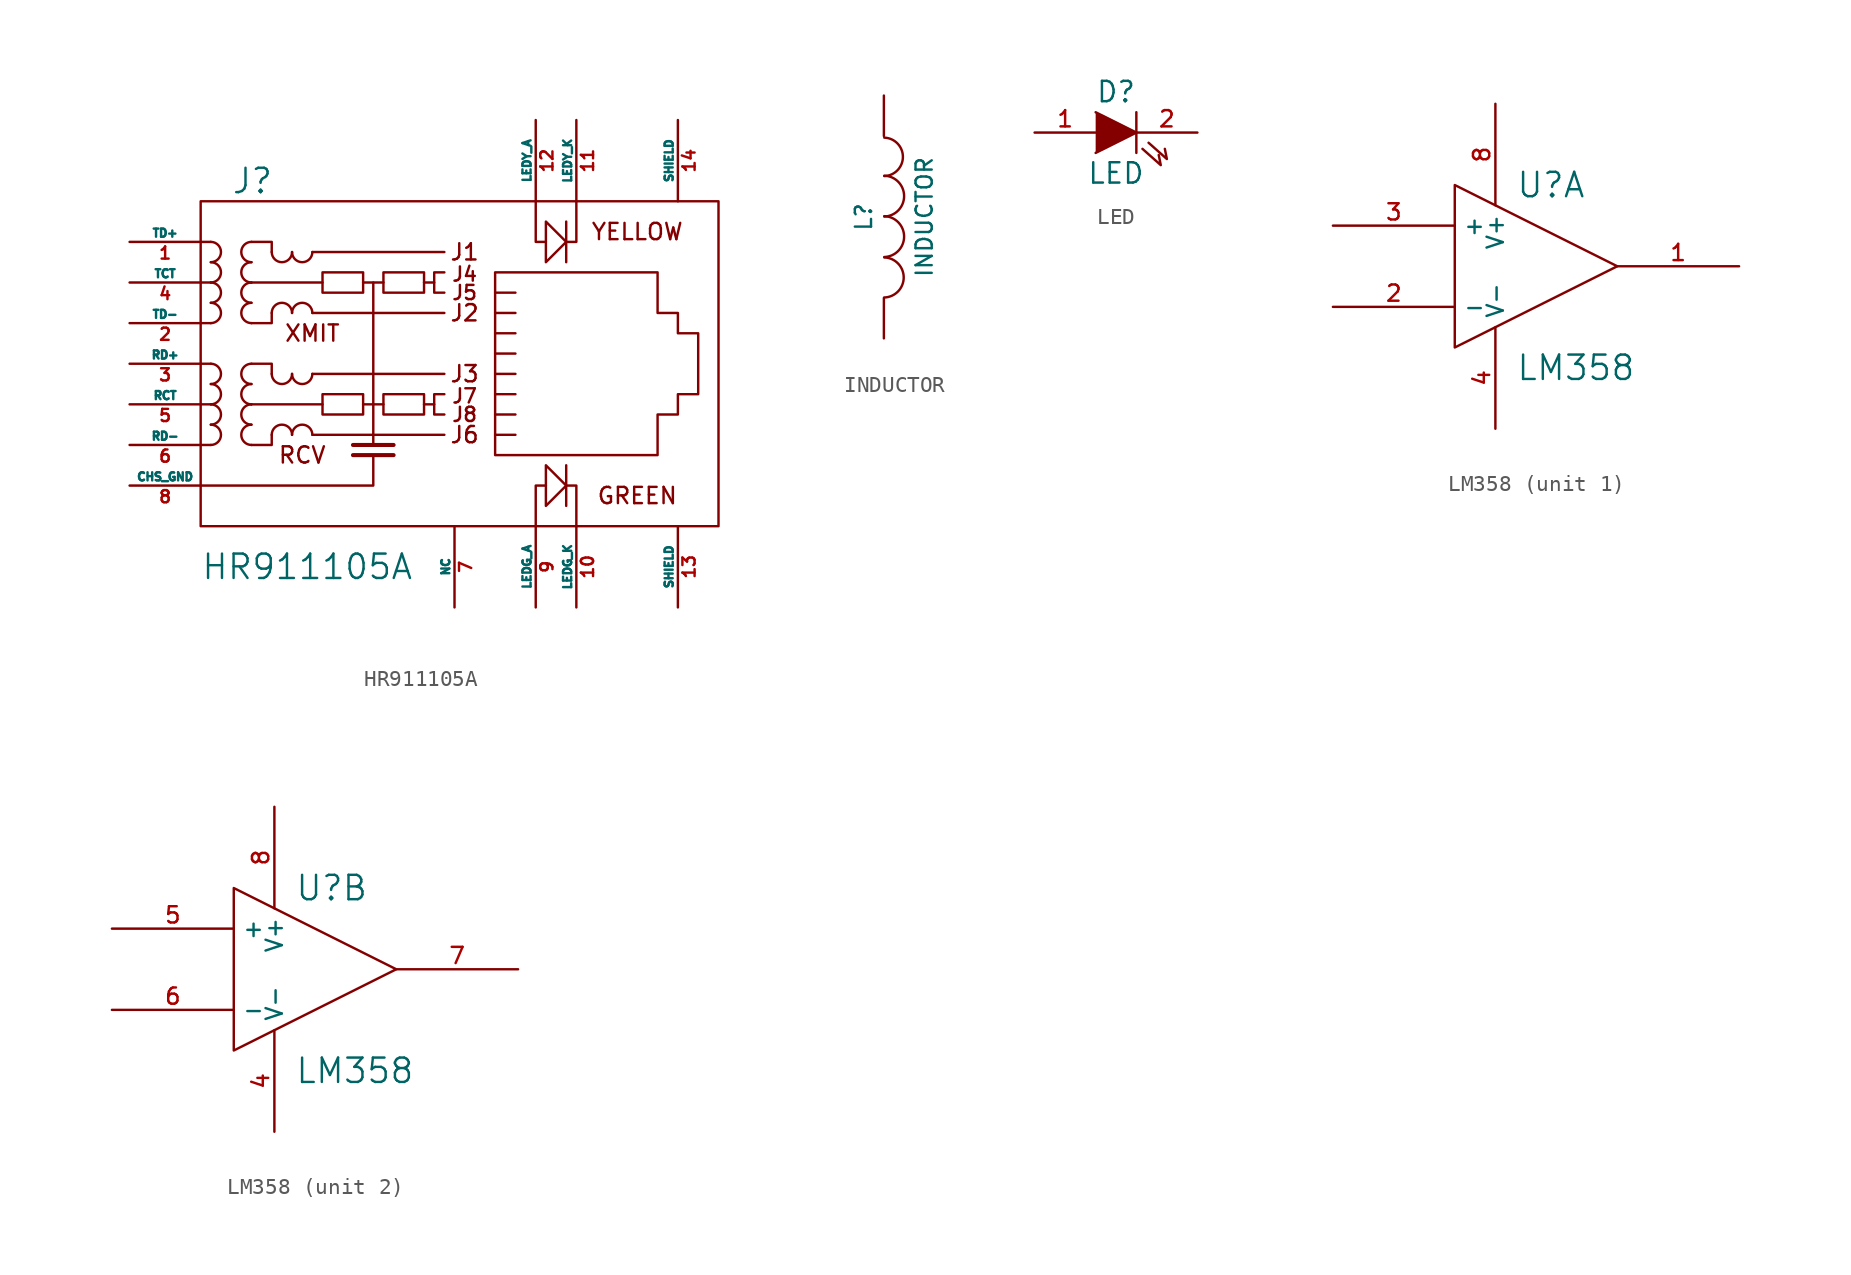
<source format=kicad_sym>
(kicad_symbol_lib
  (version 20231120)
  (generator "kicad_symbol_editor")
  (generator_version "8.0")
  (symbol "HR911105A"
    (pin_names
      (offset 0))
    (property "Reference" "J"
      (at -12.7 10.16 0)
      (effects (font (size 1.524 1.524)) (justify left)))
    (property "Value" "HR911105A"
      (at -1.27 -13.97 0)
      (effects (font (size 1.524 1.524)) (justify right)))
    (property "Footprint" ""
      (at 12.7 -1.27 90)
      (effects (font (size 1.524 1.524))))
    (property "Datasheet" ""
      (at 12.7 -1.27 90)
      (effects (font (size 1.524 1.524))))
    (symbol "HR911105A_0_0"
      (polyline (pts (xy -3.81 -3.81) (xy -3.81 -6.35) (xy -3.81 -6.35)) (stroke (width 0) (type solid)) (fill (type none)))
      (polyline (pts (xy -3.81 3.81) (xy -3.81 -3.81) (xy -3.81 -3.81)) (stroke (width 0) (type solid)) (fill (type none)))
      (polyline (pts (xy -2.54 -6.985) (xy -5.08 -6.985) (xy -5.08 -6.985)) (stroke (width 0.254) (type solid)) (fill (type none)))
      (polyline (pts (xy 0 -3.81) (xy -0.635 -3.81) (xy -0.635 -3.81)) (stroke (width 0) (type solid)) (fill (type none)))
      (polyline (pts (xy 0 3.81) (xy -0.635 3.81) (xy -0.635 3.81)) (stroke (width 0) (type solid)) (fill (type none)))
      (polyline (pts (xy 8.255 -7.62) (xy 8.255 -10.16) (xy 8.255 -10.16)) (stroke (width 0) (type solid)) (fill (type none)))
      (polyline (pts (xy 8.255 5.08) (xy 8.255 7.62) (xy 8.255 7.62)) (stroke (width 0) (type solid)) (fill (type none)))
      (polyline (pts (xy -3.81 -6.985) (xy -3.81 -8.89) (xy -14.605 -8.89) (xy -13.335 -8.89)) (stroke (width 0) (type solid)) (fill (type none)))
      (polyline (pts (xy -2.54 -6.35) (xy -4.445 -6.35) (xy -5.08 -6.35) (xy -5.08 -6.35)) (stroke (width 0.254) (type solid)) (fill (type none)))
      (polyline (pts (xy 6.35 -11.43) (xy 6.35 -8.89) (xy 6.985 -8.89) (xy 6.985 -8.89)) (stroke (width 0) (type solid)) (fill (type none)))
      (polyline (pts (xy 6.35 8.89) (xy 6.35 6.35) (xy 6.985 6.35) (xy 6.985 6.35)) (stroke (width 0) (type solid)) (fill (type none)))
      (polyline (pts (xy 8.89 8.89) (xy 8.89 6.35) (xy 8.255 6.35) (xy 8.255 6.35)) (stroke (width 0) (type solid)) (fill (type none)))
      (polyline (pts (xy 0.635 -3.175) (xy 0 -3.175) (xy 0 -4.445) (xy 0.635 -4.445) (xy 0.635 -4.445)) (stroke (width 0) (type solid)) (fill (type none)))
      (polyline (pts (xy 0.635 4.445) (xy 0 4.445) (xy 0 3.175) (xy 0.635 3.175) (xy 0.635 3.175)) (stroke (width 0) (type solid)) (fill (type none)))
      (polyline (pts (xy 6.985 -10.16) (xy 6.985 -7.62) (xy 8.255 -8.89) (xy 6.985 -10.16) (xy 6.985 -10.16)) (stroke (width 0) (type solid)) (fill (type none)))
      (polyline (pts (xy 6.985 5.08) (xy 6.985 7.62) (xy 8.255 6.35) (xy 6.985 5.08) (xy 6.985 5.08)) (stroke (width 0) (type solid)) (fill (type none)))
      (text "J1" (at 1.905 5.715 0) (effects (font (size 1.016 1.016))))
      (text "J2" (at 1.905 1.905 0) (effects (font (size 1.016 1.016))))
      (text "J3" (at 1.905 -1.905 0) (effects (font (size 1.016 1.016))))
      (text "J4" (at 1.905 3.81 0) (effects (font (size 0.889 0.889)) (justify bottom)))
      (text "J5" (at 1.905 3.175 0) (effects (font (size 0.889 0.889))))
      (text "J6" (at 1.905 -5.715 0) (effects (font (size 1.016 1.016))))
      (text "J7" (at 1.905 -3.81 0) (effects (font (size 0.889 0.889)) (justify bottom)))
      (text "J8" (at 1.905 -4.445 0) (effects (font (size 0.889 0.889))))
      (text "RCV" (at -8.255 -6.985 0) (effects (font (size 1.016 1.016))))
      (text "XMIT" (at -7.62 0.635 0) (effects (font (size 1.016 1.016)))))
    (symbol "HR911105A_0_1"
      (rectangle (start -14.605 -11.43) (end 17.78 8.89) (stroke (width 0) (type solid)) (fill (type none)))
      (arc (start -13.97 -6.35) (mid -13.335 -5.715) (end -13.97 -5.08) (stroke (width 0) (type solid)) (fill (type none)))
      (arc (start -13.97 -5.08) (mid -13.335 -4.445) (end -13.97 -3.81) (stroke (width 0) (type solid)) (fill (type none)))
      (arc (start -13.97 -3.81) (mid -13.335 -3.175) (end -13.97 -2.54) (stroke (width 0) (type solid)) (fill (type none)))
      (arc (start -13.97 -2.54) (mid -13.335 -1.905) (end -13.97 -1.27) (stroke (width 0) (type solid)) (fill (type none)))
      (arc (start -13.97 1.27) (mid -13.335 1.905) (end -13.97 2.54) (stroke (width 0) (type solid)) (fill (type none)))
      (arc (start -13.97 2.54) (mid -13.335 3.175) (end -13.97 3.81) (stroke (width 0) (type solid)) (fill (type none)))
      (arc (start -13.97 3.81) (mid -13.335 4.445) (end -13.97 5.08) (stroke (width 0) (type solid)) (fill (type none)))
      (arc (start -13.97 5.08) (mid -13.335 5.715) (end -13.97 6.35) (stroke (width 0) (type solid)) (fill (type none)))
      (arc (start -11.43 -5.08) (mid -12.065 -5.715) (end -11.43 -6.35) (stroke (width 0) (type solid)) (fill (type none)))
      (arc (start -11.43 -3.81) (mid -12.065 -4.445) (end -11.43 -5.08) (stroke (width 0) (type solid)) (fill (type none)))
      (arc (start -11.43 -2.54) (mid -12.065 -3.175) (end -11.43 -3.81) (stroke (width 0) (type solid)) (fill (type none)))
      (arc (start -11.43 -1.27) (mid -12.065 -1.905) (end -11.43 -2.54) (stroke (width 0) (type solid)) (fill (type none)))
      (arc (start -11.43 2.54) (mid -12.065 1.905) (end -11.43 1.27) (stroke (width 0) (type solid)) (fill (type none)))
      (arc (start -11.43 3.81) (mid -12.065 3.175) (end -11.43 2.54) (stroke (width 0) (type solid)) (fill (type none)))
      (arc (start -11.43 5.08) (mid -12.065 4.445) (end -11.43 3.81) (stroke (width 0) (type solid)) (fill (type none)))
      (arc (start -11.43 6.35) (mid -12.065 5.715) (end -11.43 5.08) (stroke (width 0) (type solid)) (fill (type none)))
      (arc (start -10.16 -1.905) (mid -9.525 -2.54) (end -8.89 -1.905) (stroke (width 0) (type solid)) (fill (type none)))
      (arc (start -10.16 5.715) (mid -9.525 5.08) (end -8.89 5.715) (stroke (width 0) (type solid)) (fill (type none)))
      (arc (start -8.89 -5.715) (mid -9.525 -5.08) (end -10.16 -5.715) (stroke (width 0) (type solid)) (fill (type none)))
      (arc (start -8.89 -1.905) (mid -8.255 -2.54) (end -7.62 -1.905) (stroke (width 0) (type solid)) (fill (type none)))
      (arc (start -8.89 1.905) (mid -9.525 2.54) (end -10.16 1.905) (stroke (width 0) (type solid)) (fill (type none)))
      (arc (start -8.89 5.715) (mid -8.255 5.08) (end -7.62 5.715) (stroke (width 0) (type solid)) (fill (type none)))
      (arc (start -7.62 -5.715) (mid -8.255 -5.08) (end -8.89 -5.715) (stroke (width 0) (type solid)) (fill (type none)))
      (arc (start -7.62 1.905) (mid -8.255 2.54) (end -8.89 1.905) (stroke (width 0) (type solid)) (fill (type none)))
      (rectangle (start -6.985 -3.175) (end -4.445 -4.445) (stroke (width 0) (type solid)) (fill (type none)))
      (rectangle (start -6.985 4.445) (end -4.445 3.175) (stroke (width 0) (type solid)) (fill (type none)))
      (rectangle (start -3.175 -3.175) (end -0.635 -4.445) (stroke (width 0) (type solid)) (fill (type none)))
      (rectangle (start -3.175 4.445) (end -0.635 3.175) (stroke (width 0) (type solid)) (fill (type none)))
      (polyline (pts (xy -13.97 -6.35) (xy -14.605 -6.35) (xy -14.605 -6.35)) (stroke (width 0) (type solid)) (fill (type none)))
      (polyline (pts (xy -13.97 -3.81) (xy -14.605 -3.81) (xy -14.605 -3.81)) (stroke (width 0) (type solid)) (fill (type none)))
      (polyline (pts (xy -13.97 -1.27) (xy -14.605 -1.27) (xy -14.605 -1.27)) (stroke (width 0) (type solid)) (fill (type none)))
      (polyline (pts (xy -13.97 1.27) (xy -14.605 1.27) (xy -14.605 1.27)) (stroke (width 0) (type solid)) (fill (type none)))
      (polyline (pts (xy -13.97 3.81) (xy -14.605 3.81) (xy -14.605 3.81)) (stroke (width 0) (type solid)) (fill (type none)))
      (polyline (pts (xy -7.62 -5.715) (xy 0.635 -5.715) (xy 0.635 -5.715)) (stroke (width 0) (type solid)) (fill (type none)))
      (polyline (pts (xy -7.62 -1.905) (xy 0.635 -1.905) (xy 0.635 -1.905)) (stroke (width 0) (type solid)) (fill (type none)))
      (polyline (pts (xy -7.62 1.905) (xy 0.635 1.905) (xy 0.635 1.905)) (stroke (width 0) (type solid)) (fill (type none)))
      (polyline (pts (xy -7.62 5.715) (xy 0.635 5.715) (xy 0.635 5.715)) (stroke (width 0) (type solid)) (fill (type none)))
      (polyline (pts (xy -4.445 -3.81) (xy -3.175 -3.81) (xy -3.175 -3.81)) (stroke (width 0) (type solid)) (fill (type none)))
      (polyline (pts (xy -4.445 3.81) (xy -3.175 3.81) (xy -3.175 3.81)) (stroke (width 0) (type solid)) (fill (type none)))
      (polyline (pts (xy 3.81 -4.445) (xy 5.08 -4.445) (xy 5.08 -4.445)) (stroke (width 0) (type solid)) (fill (type none)))
      (polyline (pts (xy 3.81 -3.175) (xy 5.08 -3.175) (xy 5.08 -3.175)) (stroke (width 0) (type solid)) (fill (type none)))
      (polyline (pts (xy 3.81 -1.905) (xy 5.08 -1.905) (xy 5.08 -1.905)) (stroke (width 0) (type solid)) (fill (type none)))
      (polyline (pts (xy 3.81 -0.635) (xy 5.08 -0.635) (xy 5.08 -0.635)) (stroke (width 0) (type solid)) (fill (type none)))
      (polyline (pts (xy 3.81 0.635) (xy 5.08 0.635) (xy 5.08 0.635)) (stroke (width 0) (type solid)) (fill (type none)))
      (polyline (pts (xy 5.08 -5.715) (xy 3.81 -5.715) (xy 3.81 -5.715)) (stroke (width 0) (type solid)) (fill (type none)))
      (polyline (pts (xy 5.08 1.905) (xy 3.81 1.905) (xy 3.81 1.905)) (stroke (width 0) (type solid)) (fill (type none)))
      (polyline (pts (xy 5.08 3.175) (xy 3.81 3.175) (xy 3.81 3.175)) (stroke (width 0) (type solid)) (fill (type none)))
      (polyline (pts (xy 8.255 -8.89) (xy 8.89 -8.89) (xy 8.89 -11.43)) (stroke (width 0) (type solid)) (fill (type none)))
      (polyline (pts (xy -13.97 6.35) (xy -14.605 6.35) (xy -14.605 6.35) (xy -14.605 6.35)) (stroke (width 0) (type solid)) (fill (type none)))
      (polyline (pts (xy -10.16 -5.715) (xy -10.16 -6.35) (xy -11.43 -6.35) (xy -11.43 -6.35)) (stroke (width 0) (type solid)) (fill (type none)))
      (polyline (pts (xy -10.16 1.905) (xy -10.16 1.27) (xy -11.43 1.27) (xy -11.43 1.27)) (stroke (width 0) (type solid)) (fill (type none)))
      (polyline (pts (xy -6.985 -3.81) (xy -11.43 -3.81) (xy -11.43 -3.81) (xy -11.43 -3.81)) (stroke (width 0) (type solid)) (fill (type none)))
      (polyline (pts (xy -6.985 3.81) (xy -11.43 3.81) (xy -11.43 3.81) (xy -11.43 3.81)) (stroke (width 0) (type solid)) (fill (type none)))
      (polyline (pts (xy -11.43 -1.27) (xy -10.16 -1.27) (xy -10.16 -1.905) (xy -10.16 -1.905) (xy -10.16 -1.905) (xy -10.16 -1.905)) (stroke (width 0) (type solid)) (fill (type none)))
      (polyline (pts (xy -11.43 6.35) (xy -10.16 6.35) (xy -10.16 5.715) (xy -10.16 5.715) (xy -10.16 5.715) (xy -10.16 5.715)) (stroke (width 0) (type solid)) (fill (type none)))
      (polyline (pts (xy 3.81 -6.985) (xy 3.81 4.445) (xy 13.97 4.445) (xy 13.97 1.905) (xy 15.24 1.905) (xy 15.24 0.635) (xy 16.51 0.635) (xy 16.51 -3.175) (xy 15.24 -3.175) (xy 15.24 -4.445) (xy 13.97 -4.445) (xy 13.97 -6.985) (xy 3.81 -6.985) (xy 3.81 -6.985)) (stroke (width 0) (type solid)) (fill (type none))))
    (symbol "HR911105A_1_0"
      (text "GREEN" (at 12.7 -9.525 0) (effects (font (size 1.016 1.016))))
      (text "YELLOW" (at 12.7 6.985 0) (effects (font (size 1.016 1.016)))))
    (symbol "HR911105A_1_1"
      (pin passive line (at -19.05 6.35 0) (length 4.445) (name "TD+" (effects (font (size 0.508 0.508)))) (number "1" (effects (font (size 0.762 0.762)))))
      (pin passive line (at 8.89 -16.51 90) (length 5.08) (name "LEDG_K" (effects (font (size 0.508 0.508)))) (number "10" (effects (font (size 0.762 0.762)))))
      (pin passive line (at 8.89 13.97 270) (length 5.08) (name "LEDY_K" (effects (font (size 0.508 0.508)))) (number "11" (effects (font (size 0.762 0.762)))))
      (pin passive line (at 6.35 13.97 270) (length 5.08) (name "LEDY_A" (effects (font (size 0.508 0.508)))) (number "12" (effects (font (size 0.762 0.762)))))
      (pin passive line (at 15.24 -16.51 90) (length 5.08) (name "SHIELD" (effects (font (size 0.508 0.508)))) (number "13" (effects (font (size 0.762 0.762)))))
      (pin passive line (at 15.24 13.97 270) (length 5.08) (name "SHIELD" (effects (font (size 0.508 0.508)))) (number "14" (effects (font (size 0.762 0.762)))))
      (pin passive line (at -19.05 1.27 0) (length 4.445) (name "TD-" (effects (font (size 0.508 0.508)))) (number "2" (effects (font (size 0.762 0.762)))))
      (pin passive line (at -19.05 -1.27 0) (length 4.445) (name "RD+" (effects (font (size 0.508 0.508)))) (number "3" (effects (font (size 0.762 0.762)))))
      (pin passive line (at -19.05 3.81 0) (length 4.445) (name "TCT" (effects (font (size 0.508 0.508)))) (number "4" (effects (font (size 0.762 0.762)))))
      (pin passive line (at -19.05 -3.81 0) (length 4.445) (name "RCT" (effects (font (size 0.508 0.508)))) (number "5" (effects (font (size 0.762 0.762)))))
      (pin passive line (at -19.05 -6.35 0) (length 4.445) (name "RD-" (effects (font (size 0.508 0.508)))) (number "6" (effects (font (size 0.762 0.762)))))
      (pin passive line (at 1.27 -16.51 90) (length 5.08) (name "NC" (effects (font (size 0.508 0.508)))) (number "7" (effects (font (size 0.762 0.762)))))
      (pin passive line (at -19.05 -8.89 0) (length 4.445) (name "CHS_GND" (effects (font (size 0.508 0.508)))) (number "8" (effects (font (size 0.762 0.762)))))
      (pin passive line (at 6.35 -16.51 90) (length 5.08) (name "LEDG_A" (effects (font (size 0.508 0.508)))) (number "9" (effects (font (size 0.762 0.762)))))))
  (symbol "INDUCTOR"
    (pin_numbers hide)
    (pin_names
      (offset 1.016) hide)
    (property "Reference" "L"
      (at -1.27 0 90)
      (effects (font (size 1.016 1.016))))
    (property "Value" "INDUCTOR"
      (at 2.54 0 90)
      (effects (font (size 1.016 1.016))))
    (property "Footprint" ""
      (at 0 0 0)
      (effects (font (size 1.524 1.524))))
    (property "Datasheet" ""
      (at 0 0 0)
      (effects (font (size 1.524 1.524))))
    (symbol "INDUCTOR_0_1"
      (arc (start 0.0254 -5.0546) (mid 1.2449 -3.8097) (end 0.0254 -2.54) (stroke (width 0) (type solid)) (fill (type none)))
      (arc (start 0.0254 -2.5146) (mid 1.2703 -1.2444) (end 0.0254 0.0508) (stroke (width 0) (type solid)) (fill (type none)))
      (arc (start 0.0254 0.0254) (mid 1.2703 1.2956) (end 0.0254 2.5908) (stroke (width 0) (type solid)) (fill (type none)))
      (arc (start 0.0254 2.5654) (mid 1.1941 3.7595) (end 0.0254 4.9784) (stroke (width 0) (type solid)) (fill (type none))))
    (symbol "INDUCTOR_1_1"
      (pin passive line (at 0 7.62 270) (length 2.54) (name "1" (effects (font (size 1.778 1.778)))) (number "1" (effects (font (size 1.778 1.778)))))
      (pin passive line (at 0 -7.62 90) (length 2.54) (name "2" (effects (font (size 1.778 1.778)))) (number "2" (effects (font (size 1.778 1.778)))))))
  (symbol "LED"
    (pin_names
      (offset 1.016) hide)
    (property "Reference" "D"
      (at 0 2.54 0)
      (effects (font (size 1.27 1.27))))
    (property "Value" "LED"
      (at 0 -2.54 0)
      (effects (font (size 1.27 1.27))))
    (property "Footprint" ""
      (at 0 0 0)
      (effects (font (size 1.524 1.524))))
    (property "Datasheet" ""
      (at 0 0 0)
      (effects (font (size 1.524 1.524))))
    (symbol "LED_0_1"
      (polyline (pts (xy 1.27 1.27) (xy 1.27 -1.27)) (stroke (width 0) (type solid)) (fill (type none)))
      (polyline (pts (xy -1.27 1.27) (xy 1.27 0) (xy -1.27 -1.27)) (stroke (width 0) (type solid)) (fill (type outline)))
      (polyline (pts (xy 1.651 -1.016) (xy 2.794 -2.032) (xy 2.667 -1.397)) (stroke (width 0) (type solid)) (fill (type none)))
      (polyline (pts (xy 2.032 -0.635) (xy 3.175 -1.651) (xy 3.048 -1.016)) (stroke (width 0) (type solid)) (fill (type none))))
    (symbol "LED_1_1"
      (pin passive line (at -5.08 0 0) (length 3.81) (name "A" (effects (font (size 1.016 1.016)))) (number "1" (effects (font (size 1.016 1.016)))))
      (pin passive line (at 5.08 0 180) (length 3.81) (name "K" (effects (font (size 1.016 1.016)))) (number "2" (effects (font (size 1.016 1.016)))))))
  (symbol "LM358"
    (property "Reference" "U"
      (at -1.27 5.08 0)
      (effects (font (size 1.524 1.524)) (justify left)))
    (property "Value" "LM358"
      (at -1.27 -6.35 0)
      (effects (font (size 1.524 1.524)) (justify left)))
    (property "Footprint" ""
      (at 0 0 0)
      (effects (font (size 1.524 1.524))))
    (property "Datasheet" ""
      (at 0 0 0)
      (effects (font (size 1.524 1.524))))
    (symbol "LM358_0_1"
      (polyline (pts (xy -5.08 5.08) (xy 5.08 0) (xy -5.08 -5.08) (xy -5.08 5.08)) (stroke (width 0.152) (type solid)) (fill (type none)))
      (pin power_in line (at -2.54 -10.16 90) (length 6.35) (name "V-" (effects (font (size 1.016 1.016)))) (number "4" (effects (font (size 1.016 1.016)))))
      (pin power_in line (at -2.54 10.16 270) (length 6.35) (name "V+" (effects (font (size 1.016 1.016)))) (number "8" (effects (font (size 1.016 1.016))))))
    (symbol "LM358_1_1"
      (pin output line (at 12.7 0 180) (length 7.62) (name "~" (effects (font (size 1.016 1.016)))) (number "1" (effects (font (size 1.016 1.016)))))
      (pin input line (at -12.7 -2.54 0) (length 7.62) (name "-" (effects (font (size 1.016 1.016)))) (number "2" (effects (font (size 1.016 1.016)))))
      (pin input line (at -12.7 2.54 0) (length 7.62) (name "+" (effects (font (size 1.016 1.016)))) (number "3" (effects (font (size 1.016 1.016))))))
    (symbol "LM358_2_1"
      (pin input line (at -12.7 2.54 0) (length 7.62) (name "+" (effects (font (size 1.016 1.016)))) (number "5" (effects (font (size 1.016 1.016)))))
      (pin input line (at -12.7 -2.54 0) (length 7.62) (name "-" (effects (font (size 1.016 1.016)))) (number "6" (effects (font (size 1.016 1.016)))))
      (pin output line (at 12.7 0 180) (length 7.62) (name "~" (effects (font (size 1.016 1.016)))) (number "7" (effects (font (size 1.016 1.016))))))))
</source>
